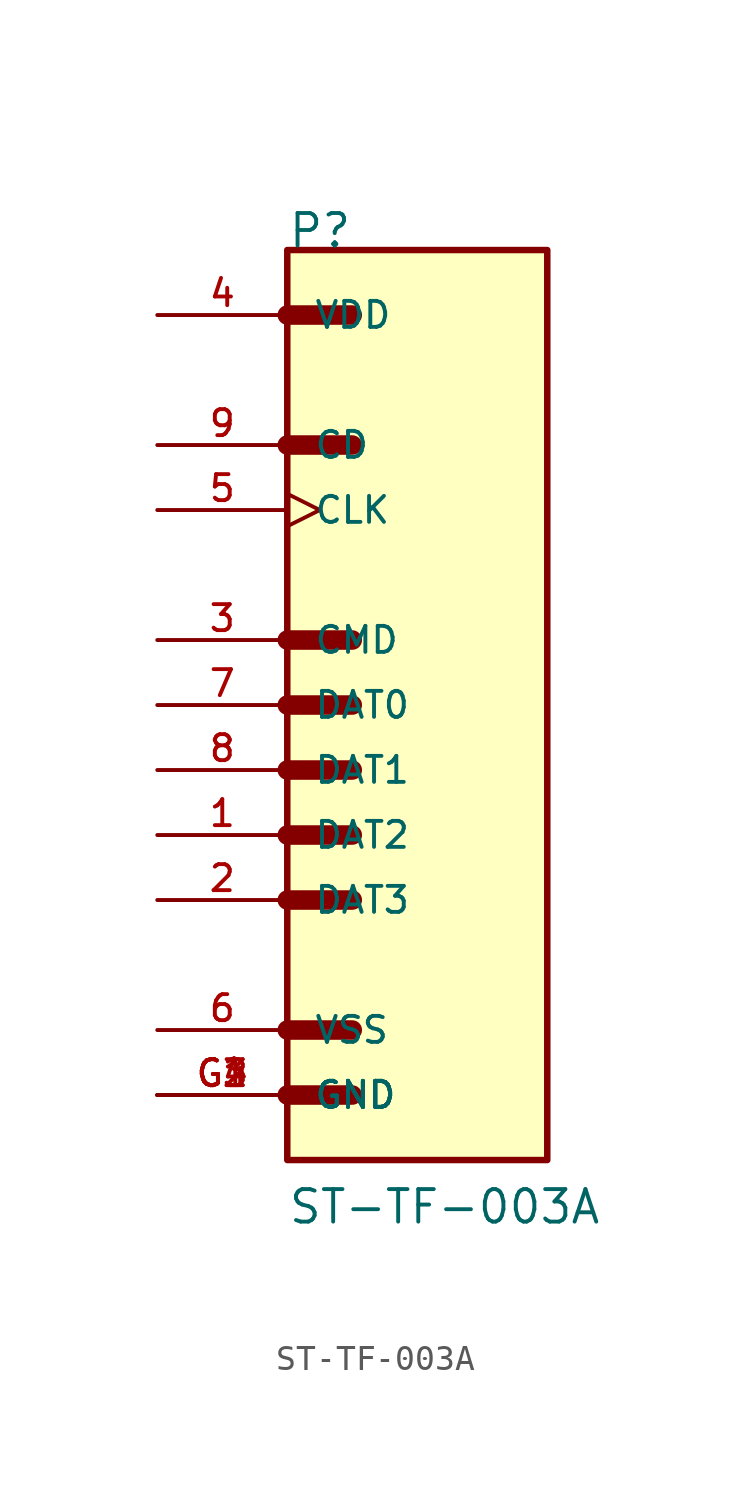
<source format=kicad_sym>
(kicad_symbol_lib
  (version 20211014)
  (generator kicad_symbol_editor)
  (symbol "ST-TF-003A"
    (pin_names
      (offset 1.016))
    (property "Reference" "P"
      (at 0.0 17.794 0)
      (effects (font (size 1.27 1.27)) (justify bottom left)))
    (property "Value" "ST-TF-003A"
      (at 0.0 -20.349 0)
      (effects (font (size 1.27 1.27)) (justify bottom left)))
    (symbol "ST-TF-003A_0_0"
      (polyline (pts (xy 0.0 15.24) (xy 2.54 15.24)) (stroke (width 0.762)))
      (polyline (pts (xy 0.0 10.16) (xy 2.54 10.16)) (stroke (width 0.762)))
      (polyline (pts (xy 0.0 2.54) (xy 2.54 2.54)) (stroke (width 0.762)))
      (polyline (pts (xy 0.0 0.0) (xy 2.54 0.0)) (stroke (width 0.762)))
      (polyline (pts (xy 0.0 -2.54) (xy 2.54 -2.54)) (stroke (width 0.762)))
      (polyline (pts (xy 0.0 -5.08) (xy 2.54 -5.08)) (stroke (width 0.762)))
      (polyline (pts (xy 0.0 -7.62) (xy 2.54 -7.62)) (stroke (width 0.762)))
      (polyline (pts (xy 0.0 -12.7) (xy 2.54 -12.7)) (stroke (width 0.762)))
      (polyline (pts (xy 0.0 -15.24) (xy 2.54 -15.24)) (stroke (width 0.762)))
      (rectangle (start 0.0 -17.78) (end 10.16 17.78) (stroke (width 0.254)) (fill (type background)))
      (pin bidirectional line (at -5.08 -5.08 0) (length 5.08) (name "DAT2" (effects (font (size 1.016 1.016)))) (number "1" (effects (font (size 1.016 1.016)))))
      (pin bidirectional line (at -5.08 -7.62 0) (length 5.08) (name "DAT3" (effects (font (size 1.016 1.016)))) (number "2" (effects (font (size 1.016 1.016)))))
      (pin bidirectional line (at -5.08 2.54 0) (length 5.08) (name "CMD" (effects (font (size 1.016 1.016)))) (number "3" (effects (font (size 1.016 1.016)))))
      (pin power_in line (at -5.08 15.24 0) (length 5.08) (name "VDD" (effects (font (size 1.016 1.016)))) (number "4" (effects (font (size 1.016 1.016)))))
      (pin input clock (at -5.08 7.62 0) (length 5.08) (name "CLK" (effects (font (size 1.016 1.016)))) (number "5" (effects (font (size 1.016 1.016)))))
      (pin passive line (at -5.08 -12.7 0) (length 5.08) (name "VSS" (effects (font (size 1.016 1.016)))) (number "6" (effects (font (size 1.016 1.016)))))
      (pin bidirectional line (at -5.08 0.0 0) (length 5.08) (name "DAT0" (effects (font (size 1.016 1.016)))) (number "7" (effects (font (size 1.016 1.016)))))
      (pin bidirectional line (at -5.08 -2.54 0) (length 5.08) (name "DAT1" (effects (font (size 1.016 1.016)))) (number "8" (effects (font (size 1.016 1.016)))))
      (pin input line (at -5.08 10.16 0) (length 5.08) (name "CD" (effects (font (size 1.016 1.016)))) (number "9" (effects (font (size 1.016 1.016)))))
      (pin passive line (at -5.08 -15.24 0) (length 5.08) (name "GND" (effects (font (size 1.016 1.016)))) (number "G1" (effects (font (size 1.016 1.016)))))
      (pin passive line (at -5.08 -15.24 0) (length 5.08) (name "GND" (effects (font (size 1.016 1.016)))) (number "G2" (effects (font (size 1.016 1.016)))))
      (pin passive line (at -5.08 -15.24 0) (length 5.08) (name "GND" (effects (font (size 1.016 1.016)))) (number "G3" (effects (font (size 1.016 1.016)))))
      (pin passive line (at -5.08 -15.24 0) (length 5.08) (name "GND" (effects (font (size 1.016 1.016)))) (number "G4" (effects (font (size 1.016 1.016))))))))
</source>
